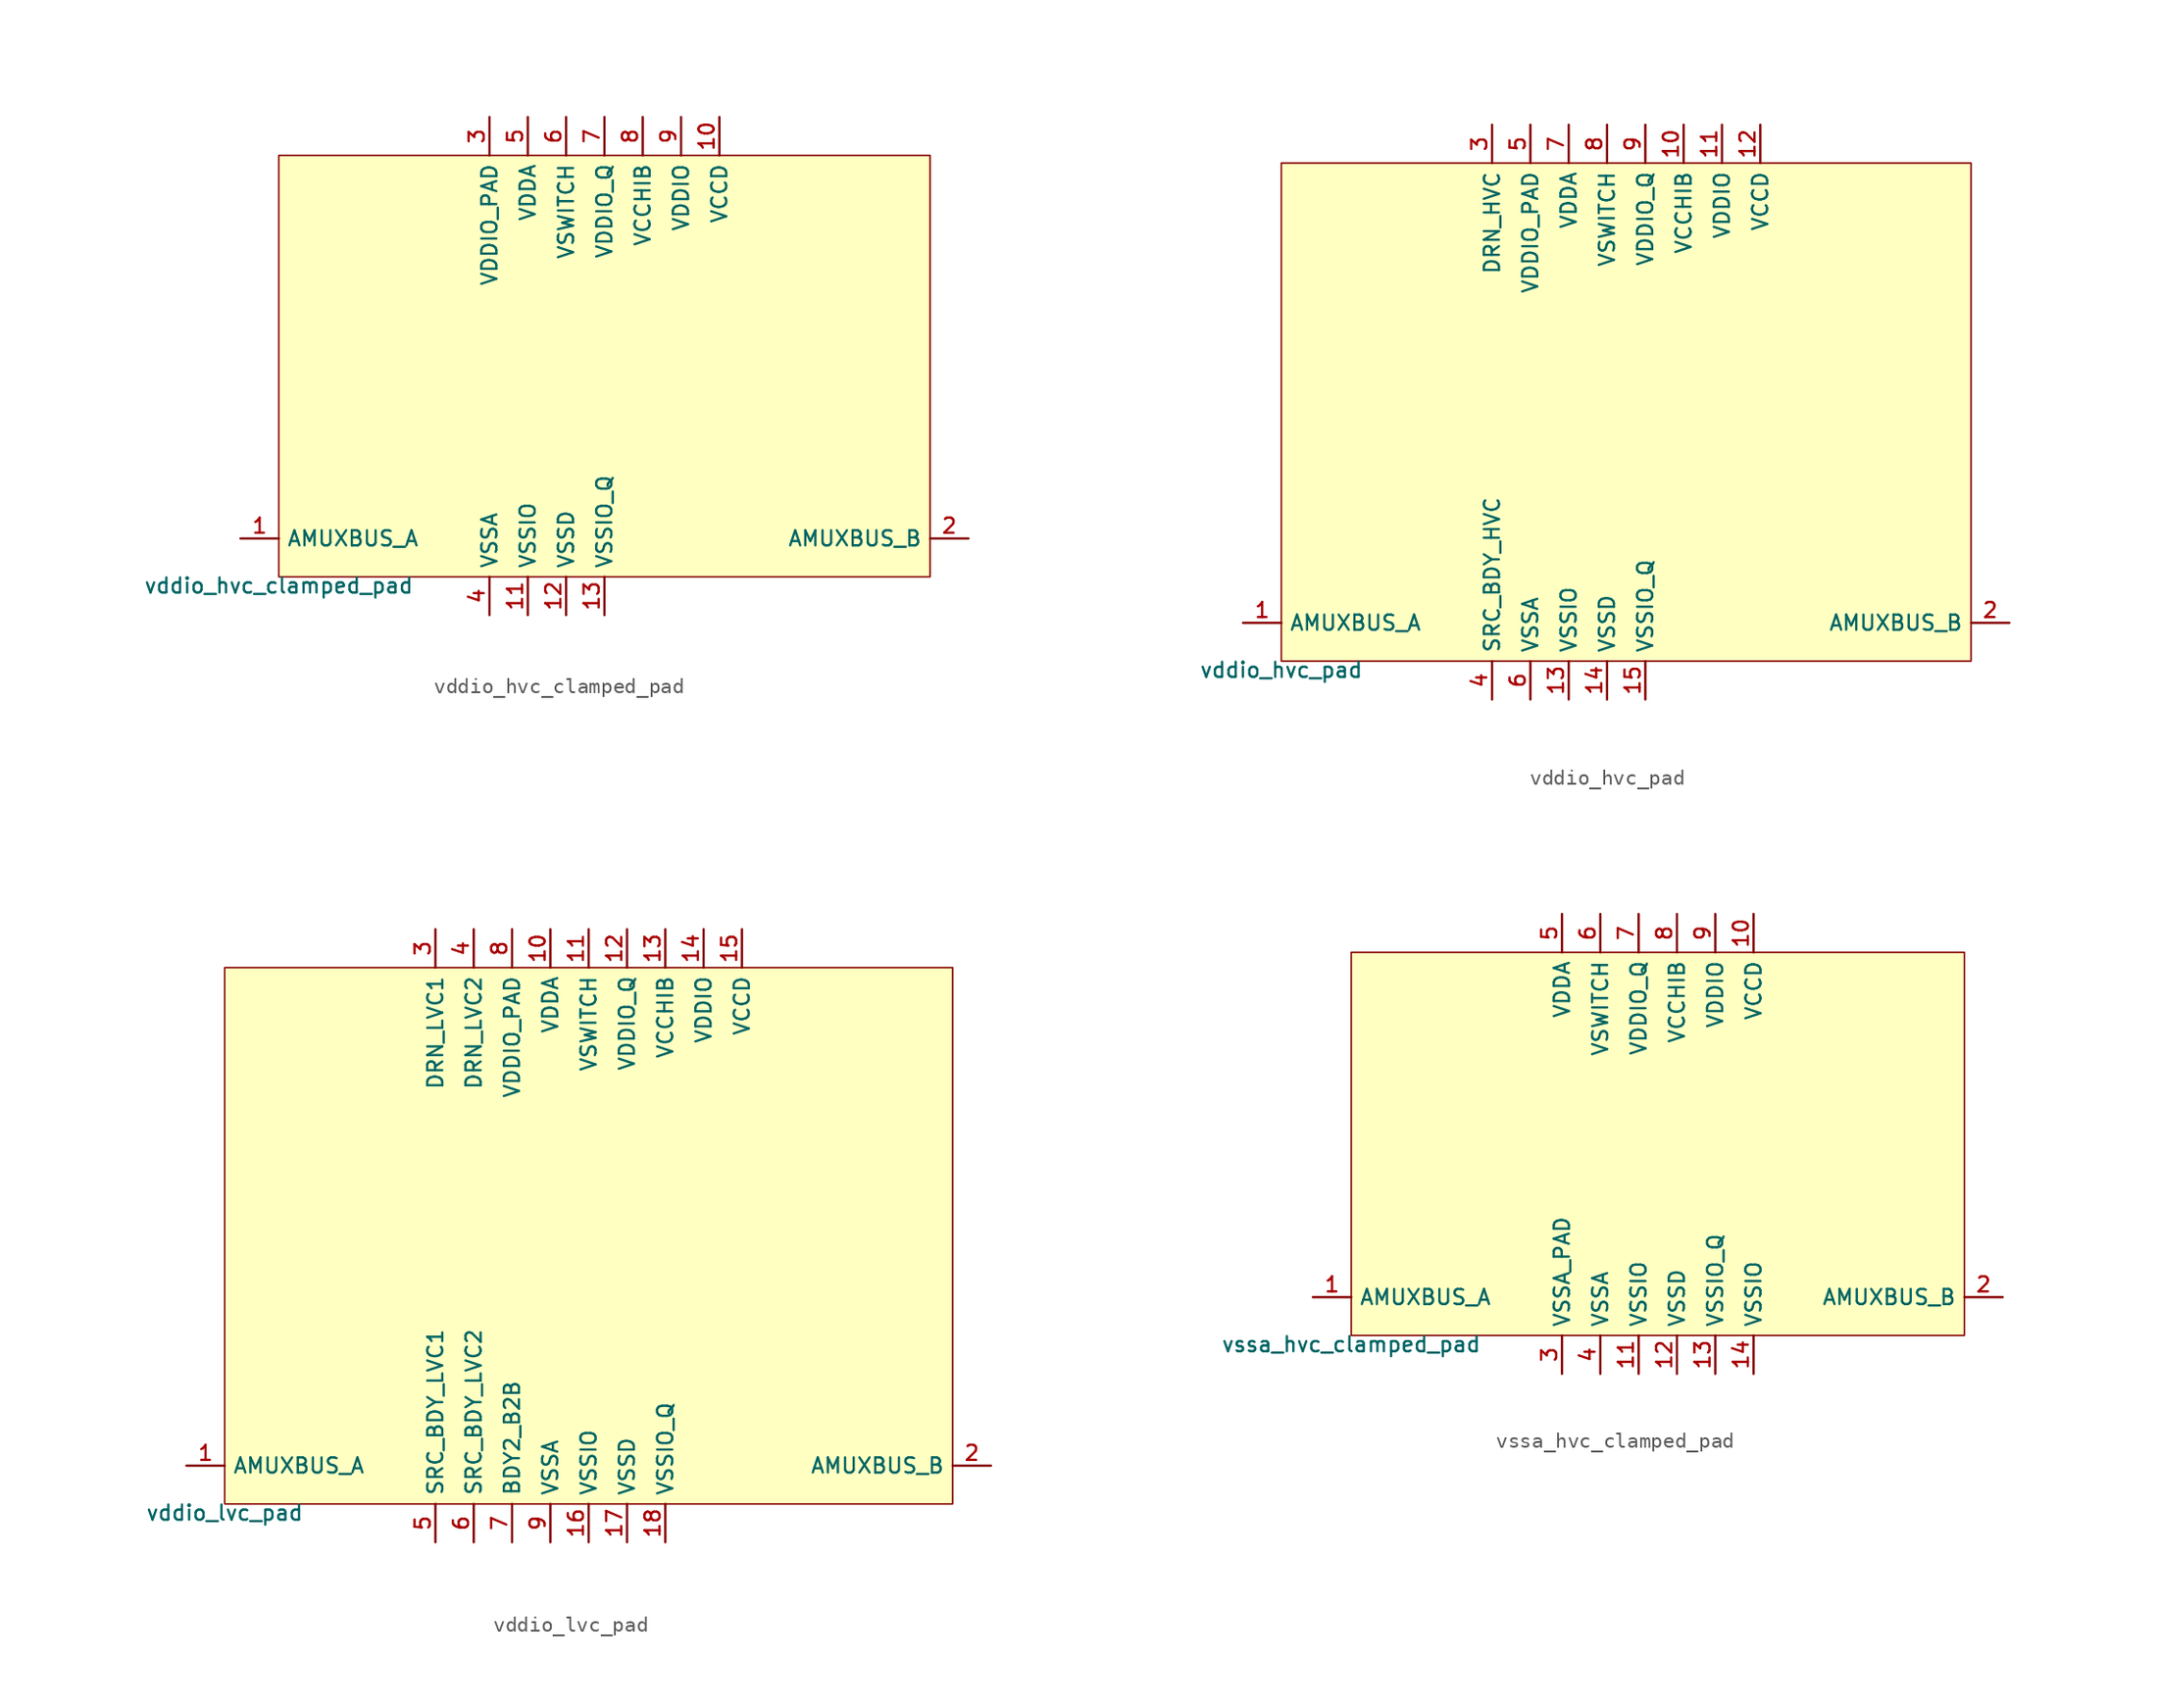
<source format=kicad_sym>
(kicad_symbol_lib
  (version 20211014)
  (generator pdk2kicad)
  (symbol "vddio_hvc_clamped_pad"
    (property "Reference" "X"
      (at 0 0 0)
      (effects (font (size 1 1)) hide))
    (property "Value" "vddio_hvc_clamped_pad"
      (at -21.59 -13.97 0)
      (effects (font (size 1 1)) (justify top)))
    (rectangle
      (start -21.59 -13.97)
      (end 21.59 13.97)
      (stroke (width 0.1) (type solid) (color 0 0 0 0))
      (fill (type background)))
    (pin bidirectional line
      (at -24.13 -11.43 0)
      (length 2.54)
      (name "AMUXBUS_A" (effects (font (size 1 1)) hide))
      (number "1" (effects (font (size 1 1)) hide)))
    (pin bidirectional line
      (at 24.13 -11.43 180)
      (length 2.54)
      (name "AMUXBUS_B" (effects (font (size 1 1)) hide))
      (number "2" (effects (font (size 1 1)) hide)))
    (pin power_in line
      (at -7.62 16.51 270)
      (length 2.54)
      (name "VDDIO_PAD" (effects (font (size 1 1)) hide))
      (number "3" (effects (font (size 1 1)) hide)))
    (pin power_in line
      (at -7.62 -16.51 90)
      (length 2.54)
      (name "VSSA" (effects (font (size 1 1)) hide))
      (number "4" (effects (font (size 1 1)) hide)))
    (pin power_in line
      (at -5.08 16.51 270)
      (length 2.54)
      (name "VDDA" (effects (font (size 1 1)) hide))
      (number "5" (effects (font (size 1 1)) hide)))
    (pin power_in line
      (at -2.54 16.51 270)
      (length 2.54)
      (name "VSWITCH" (effects (font (size 1 1)) hide))
      (number "6" (effects (font (size 1 1)) hide)))
    (pin power_in line
      (at 0.0 16.51 270)
      (length 2.54)
      (name "VDDIO_Q" (effects (font (size 1 1)) hide))
      (number "7" (effects (font (size 1 1)) hide)))
    (pin power_in line
      (at 2.54 16.51 270)
      (length 2.54)
      (name "VCCHIB" (effects (font (size 1 1)) hide))
      (number "8" (effects (font (size 1 1)) hide)))
    (pin power_in line
      (at 5.08 16.51 270)
      (length 2.54)
      (name "VDDIO" (effects (font (size 1 1)) hide))
      (number "9" (effects (font (size 1 1)) hide)))
    (pin power_in line
      (at 7.62 16.51 270)
      (length 2.54)
      (name "VCCD" (effects (font (size 1 1)) hide))
      (number "10" (effects (font (size 1 1)) hide)))
    (pin power_in line
      (at -5.08 -16.51 90)
      (length 2.54)
      (name "VSSIO" (effects (font (size 1 1)) hide))
      (number "11" (effects (font (size 1 1)) hide)))
    (pin power_in line
      (at -2.54 -16.51 90)
      (length 2.54)
      (name "VSSD" (effects (font (size 1 1)) hide))
      (number "12" (effects (font (size 1 1)) hide)))
    (pin power_in line
      (at 0.0 -16.51 90)
      (length 2.54)
      (name "VSSIO_Q" (effects (font (size 1 1)) hide))
      (number "13" (effects (font (size 1 1)) hide))))
  (symbol "vddio_hvc_pad"
    (property "Reference" "X"
      (at 0 0 0)
      (effects (font (size 1 1)) hide))
    (property "Value" "vddio_hvc_pad"
      (at -22.86 -16.51 0)
      (effects (font (size 1 1)) (justify top)))
    (rectangle
      (start -22.86 -16.51)
      (end 22.86 16.51)
      (stroke (width 0.1) (type solid) (color 0 0 0 0))
      (fill (type background)))
    (pin bidirectional line
      (at -25.4 -13.97 0)
      (length 2.54)
      (name "AMUXBUS_A" (effects (font (size 1 1)) hide))
      (number "1" (effects (font (size 1 1)) hide)))
    (pin bidirectional line
      (at 25.4 -13.97 180)
      (length 2.54)
      (name "AMUXBUS_B" (effects (font (size 1 1)) hide))
      (number "2" (effects (font (size 1 1)) hide)))
    (pin power_in line
      (at -8.89 19.05 270)
      (length 2.54)
      (name "DRN_HVC" (effects (font (size 1 1)) hide))
      (number "3" (effects (font (size 1 1)) hide)))
    (pin power_in line
      (at -8.89 -19.05 90)
      (length 2.54)
      (name "SRC_BDY_HVC" (effects (font (size 1 1)) hide))
      (number "4" (effects (font (size 1 1)) hide)))
    (pin power_in line
      (at -6.35 19.05 270)
      (length 2.54)
      (name "VDDIO_PAD" (effects (font (size 1 1)) hide))
      (number "5" (effects (font (size 1 1)) hide)))
    (pin power_in line
      (at -6.35 -19.05 90)
      (length 2.54)
      (name "VSSA" (effects (font (size 1 1)) hide))
      (number "6" (effects (font (size 1 1)) hide)))
    (pin power_in line
      (at -3.81 19.05 270)
      (length 2.54)
      (name "VDDA" (effects (font (size 1 1)) hide))
      (number "7" (effects (font (size 1 1)) hide)))
    (pin power_in line
      (at -1.27 19.05 270)
      (length 2.54)
      (name "VSWITCH" (effects (font (size 1 1)) hide))
      (number "8" (effects (font (size 1 1)) hide)))
    (pin power_in line
      (at 1.27 19.05 270)
      (length 2.54)
      (name "VDDIO_Q" (effects (font (size 1 1)) hide))
      (number "9" (effects (font (size 1 1)) hide)))
    (pin power_in line
      (at 3.81 19.05 270)
      (length 2.54)
      (name "VCCHIB" (effects (font (size 1 1)) hide))
      (number "10" (effects (font (size 1 1)) hide)))
    (pin power_in line
      (at 6.35 19.05 270)
      (length 2.54)
      (name "VDDIO" (effects (font (size 1 1)) hide))
      (number "11" (effects (font (size 1 1)) hide)))
    (pin power_in line
      (at 8.89 19.05 270)
      (length 2.54)
      (name "VCCD" (effects (font (size 1 1)) hide))
      (number "12" (effects (font (size 1 1)) hide)))
    (pin power_in line
      (at -3.81 -19.05 90)
      (length 2.54)
      (name "VSSIO" (effects (font (size 1 1)) hide))
      (number "13" (effects (font (size 1 1)) hide)))
    (pin power_in line
      (at -1.27 -19.05 90)
      (length 2.54)
      (name "VSSD" (effects (font (size 1 1)) hide))
      (number "14" (effects (font (size 1 1)) hide)))
    (pin power_in line
      (at 1.27 -19.05 90)
      (length 2.54)
      (name "VSSIO_Q" (effects (font (size 1 1)) hide))
      (number "15" (effects (font (size 1 1)) hide))))
  (symbol "vddio_lvc_pad"
    (property "Reference" "X"
      (at 0 0 0)
      (effects (font (size 1 1)) hide))
    (property "Value" "vddio_lvc_pad"
      (at -24.13 -17.78 0)
      (effects (font (size 1 1)) (justify top)))
    (rectangle
      (start -24.13 -17.78)
      (end 24.13 17.78)
      (stroke (width 0.1) (type solid) (color 0 0 0 0))
      (fill (type background)))
    (pin bidirectional line
      (at -26.67 -15.24 0)
      (length 2.54)
      (name "AMUXBUS_A" (effects (font (size 1 1)) hide))
      (number "1" (effects (font (size 1 1)) hide)))
    (pin bidirectional line
      (at 26.67 -15.24 180)
      (length 2.54)
      (name "AMUXBUS_B" (effects (font (size 1 1)) hide))
      (number "2" (effects (font (size 1 1)) hide)))
    (pin power_in line
      (at -10.16 20.32 270)
      (length 2.54)
      (name "DRN_LVC1" (effects (font (size 1 1)) hide))
      (number "3" (effects (font (size 1 1)) hide)))
    (pin power_in line
      (at -7.62 20.32 270)
      (length 2.54)
      (name "DRN_LVC2" (effects (font (size 1 1)) hide))
      (number "4" (effects (font (size 1 1)) hide)))
    (pin power_in line
      (at -10.16 -20.32 90)
      (length 2.54)
      (name "SRC_BDY_LVC1" (effects (font (size 1 1)) hide))
      (number "5" (effects (font (size 1 1)) hide)))
    (pin power_in line
      (at -7.62 -20.32 90)
      (length 2.54)
      (name "SRC_BDY_LVC2" (effects (font (size 1 1)) hide))
      (number "6" (effects (font (size 1 1)) hide)))
    (pin power_in line
      (at -5.08 -20.32 90)
      (length 2.54)
      (name "BDY2_B2B" (effects (font (size 1 1)) hide))
      (number "7" (effects (font (size 1 1)) hide)))
    (pin power_in line
      (at -5.08 20.32 270)
      (length 2.54)
      (name "VDDIO_PAD" (effects (font (size 1 1)) hide))
      (number "8" (effects (font (size 1 1)) hide)))
    (pin power_in line
      (at -2.54 -20.32 90)
      (length 2.54)
      (name "VSSA" (effects (font (size 1 1)) hide))
      (number "9" (effects (font (size 1 1)) hide)))
    (pin power_in line
      (at -2.54 20.32 270)
      (length 2.54)
      (name "VDDA" (effects (font (size 1 1)) hide))
      (number "10" (effects (font (size 1 1)) hide)))
    (pin power_in line
      (at 0.0 20.32 270)
      (length 2.54)
      (name "VSWITCH" (effects (font (size 1 1)) hide))
      (number "11" (effects (font (size 1 1)) hide)))
    (pin power_in line
      (at 2.54 20.32 270)
      (length 2.54)
      (name "VDDIO_Q" (effects (font (size 1 1)) hide))
      (number "12" (effects (font (size 1 1)) hide)))
    (pin power_in line
      (at 5.08 20.32 270)
      (length 2.54)
      (name "VCCHIB" (effects (font (size 1 1)) hide))
      (number "13" (effects (font (size 1 1)) hide)))
    (pin power_in line
      (at 7.62 20.32 270)
      (length 2.54)
      (name "VDDIO" (effects (font (size 1 1)) hide))
      (number "14" (effects (font (size 1 1)) hide)))
    (pin power_in line
      (at 10.16 20.32 270)
      (length 2.54)
      (name "VCCD" (effects (font (size 1 1)) hide))
      (number "15" (effects (font (size 1 1)) hide)))
    (pin power_in line
      (at 0.0 -20.32 90)
      (length 2.54)
      (name "VSSIO" (effects (font (size 1 1)) hide))
      (number "16" (effects (font (size 1 1)) hide)))
    (pin power_in line
      (at 2.54 -20.32 90)
      (length 2.54)
      (name "VSSD" (effects (font (size 1 1)) hide))
      (number "17" (effects (font (size 1 1)) hide)))
    (pin power_in line
      (at 5.08 -20.32 90)
      (length 2.54)
      (name "VSSIO_Q" (effects (font (size 1 1)) hide))
      (number "18" (effects (font (size 1 1)) hide))))
  (symbol "vssa_hvc_clamped_pad"
    (property "Reference" "X"
      (at 0 0 0)
      (effects (font (size 1 1)) hide))
    (property "Value" "vssa_hvc_clamped_pad"
      (at -20.32 -12.7 0)
      (effects (font (size 1 1)) (justify top)))
    (rectangle
      (start -20.32 -12.7)
      (end 20.32 12.7)
      (stroke (width 0.1) (type solid) (color 0 0 0 0))
      (fill (type background)))
    (pin bidirectional line
      (at -22.86 -10.16 0)
      (length 2.54)
      (name "AMUXBUS_A" (effects (font (size 1 1)) hide))
      (number "1" (effects (font (size 1 1)) hide)))
    (pin bidirectional line
      (at 22.86 -10.16 180)
      (length 2.54)
      (name "AMUXBUS_B" (effects (font (size 1 1)) hide))
      (number "2" (effects (font (size 1 1)) hide)))
    (pin power_in line
      (at -6.35 -15.24 90)
      (length 2.54)
      (name "VSSA_PAD" (effects (font (size 1 1)) hide))
      (number "3" (effects (font (size 1 1)) hide)))
    (pin power_in line
      (at -3.81 -15.24 90)
      (length 2.54)
      (name "VSSA" (effects (font (size 1 1)) hide))
      (number "4" (effects (font (size 1 1)) hide)))
    (pin power_in line
      (at -6.35 15.24 270)
      (length 2.54)
      (name "VDDA" (effects (font (size 1 1)) hide))
      (number "5" (effects (font (size 1 1)) hide)))
    (pin power_in line
      (at -3.81 15.24 270)
      (length 2.54)
      (name "VSWITCH" (effects (font (size 1 1)) hide))
      (number "6" (effects (font (size 1 1)) hide)))
    (pin power_in line
      (at -1.27 15.24 270)
      (length 2.54)
      (name "VDDIO_Q" (effects (font (size 1 1)) hide))
      (number "7" (effects (font (size 1 1)) hide)))
    (pin power_in line
      (at 1.27 15.24 270)
      (length 2.54)
      (name "VCCHIB" (effects (font (size 1 1)) hide))
      (number "8" (effects (font (size 1 1)) hide)))
    (pin power_in line
      (at 3.81 15.24 270)
      (length 2.54)
      (name "VDDIO" (effects (font (size 1 1)) hide))
      (number "9" (effects (font (size 1 1)) hide)))
    (pin power_in line
      (at 6.35 15.24 270)
      (length 2.54)
      (name "VCCD" (effects (font (size 1 1)) hide))
      (number "10" (effects (font (size 1 1)) hide)))
    (pin power_in line
      (at -1.27 -15.24 90)
      (length 2.54)
      (name "VSSIO" (effects (font (size 1 1)) hide))
      (number "11" (effects (font (size 1 1)) hide)))
    (pin power_in line
      (at 1.27 -15.24 90)
      (length 2.54)
      (name "VSSD" (effects (font (size 1 1)) hide))
      (number "12" (effects (font (size 1 1)) hide)))
    (pin power_in line
      (at 3.81 -15.24 90)
      (length 2.54)
      (name "VSSIO_Q" (effects (font (size 1 1)) hide))
      (number "13" (effects (font (size 1 1)) hide)))
    (pin power_in line
      (at 6.35 -15.24 90)
      (length 2.54)
      (name "VSSIO" (effects (font (size 1 1)) hide))
      (number "14" (effects (font (size 1 1)) hide)))))
</source>
